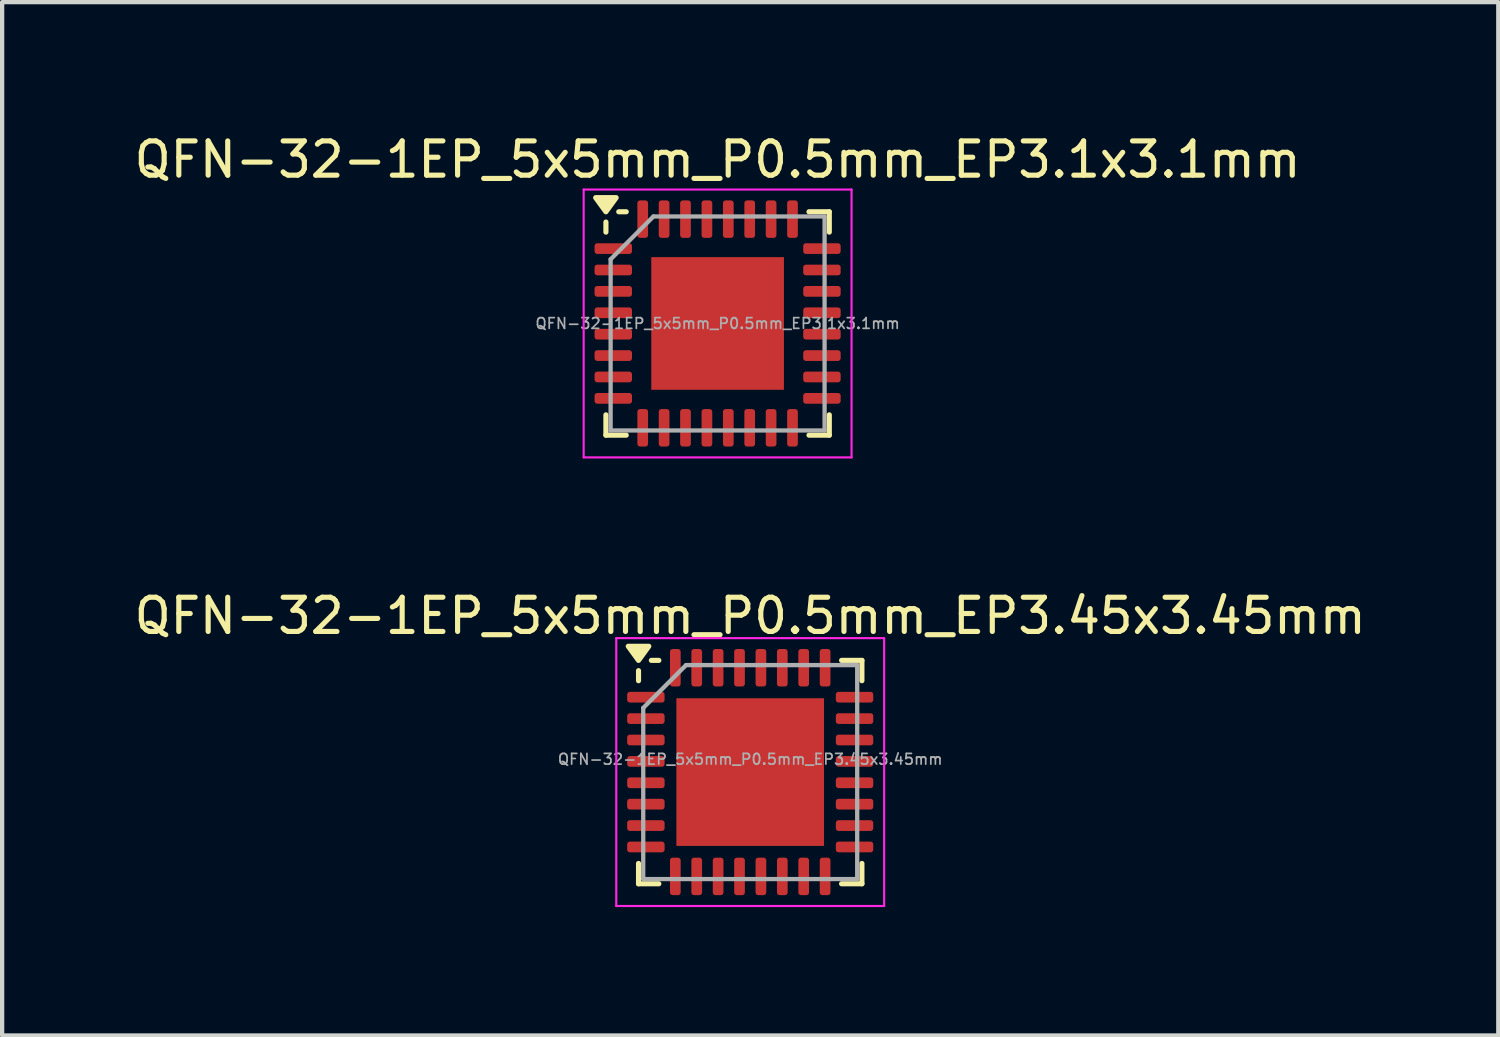
<source format=kicad_pcb>
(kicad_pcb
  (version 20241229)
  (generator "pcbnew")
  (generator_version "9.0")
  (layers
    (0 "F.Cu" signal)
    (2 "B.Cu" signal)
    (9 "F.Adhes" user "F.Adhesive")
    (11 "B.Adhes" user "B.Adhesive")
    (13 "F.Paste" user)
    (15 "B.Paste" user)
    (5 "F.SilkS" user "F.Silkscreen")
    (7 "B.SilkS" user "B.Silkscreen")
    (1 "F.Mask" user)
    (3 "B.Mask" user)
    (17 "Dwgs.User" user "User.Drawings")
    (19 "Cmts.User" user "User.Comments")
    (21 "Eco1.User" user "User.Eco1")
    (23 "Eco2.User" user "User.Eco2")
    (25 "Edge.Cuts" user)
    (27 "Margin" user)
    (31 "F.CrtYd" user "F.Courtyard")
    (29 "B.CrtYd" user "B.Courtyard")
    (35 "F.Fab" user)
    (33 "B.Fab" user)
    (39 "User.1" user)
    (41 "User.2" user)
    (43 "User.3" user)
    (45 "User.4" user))
  (footprint "QFN-32-1EP_5x5mm_P0.5mm_EP3.45x3.45mm"
    (layer "F.Cu")
    (at 14.481 14.992)
    (property "Reference" "QFN-32-1EP_5x5mm_P0.5mm_EP3.45x3.45mm" (at 0 -3.65 0) (layer "F.SilkS") (effects (font (size 0.8 0.8) (thickness 0.12))))
    (attr smd)
    (fp_line (start -2.61 -2.135) (end -2.61 -2.37) (stroke (width 0.12) (type solid)) (layer "F.SilkS"))
    (fp_line (start -2.61 2.61) (end -2.61 2.135) (stroke (width 0.12) (type solid)) (layer "F.SilkS"))
    (fp_line (start -2.135 -2.61) (end -2.31 -2.61) (stroke (width 0.12) (type solid)) (layer "F.SilkS"))
    (fp_line (start -2.135 2.61) (end -2.61 2.61) (stroke (width 0.12) (type solid)) (layer "F.SilkS"))
    (fp_line (start 2.135 -2.61) (end 2.61 -2.61) (stroke (width 0.12) (type solid)) (layer "F.SilkS"))
    (fp_line (start 2.135 2.61) (end 2.61 2.61) (stroke (width 0.12) (type solid)) (layer "F.SilkS"))
    (fp_line (start 2.61 -2.61) (end 2.61 -2.135) (stroke (width 0.12) (type solid)) (layer "F.SilkS"))
    (fp_line (start 2.61 2.61) (end 2.61 2.135) (stroke (width 0.12) (type solid)) (layer "F.SilkS"))
    (fp_poly (pts (xy -2.61 -2.61) (xy -2.85 -2.94) (xy -2.37 -2.94) (xy -2.61 -2.61)) (stroke (width 0.12) (type solid)) (fill yes) (layer "F.SilkS"))
    (fp_line (start -3.13 -3.13) (end -3.13 3.13) (stroke (width 0.05) (type solid)) (layer "F.CrtYd"))
    (fp_line (start -3.13 3.13) (end 3.13 3.13) (stroke (width 0.05) (type solid)) (layer "F.CrtYd"))
    (fp_line (start 3.13 -3.13) (end -3.13 -3.13) (stroke (width 0.05) (type solid)) (layer "F.CrtYd"))
    (fp_line (start 3.13 3.13) (end 3.13 -3.13) (stroke (width 0.05) (type solid)) (layer "F.CrtYd"))
    (fp_line (start -2.5 -1.5) (end -1.5 -2.5) (stroke (width 0.1) (type solid)) (layer "F.Fab"))
    (fp_line (start -2.5 2.5) (end -2.5 -1.5) (stroke (width 0.1) (type solid)) (layer "F.Fab"))
    (fp_line (start -1.5 -2.5) (end 2.5 -2.5) (stroke (width 0.1) (type solid)) (layer "F.Fab"))
    (fp_line (start 2.5 -2.5) (end 2.5 2.5) (stroke (width 0.1) (type solid)) (layer "F.Fab"))
    (fp_line (start 2.5 2.5) (end -2.5 2.5) (stroke (width 0.1) (type solid)) (layer "F.Fab"))
    (fp_text user "${REFERENCE}" (at 0 -0.3 0) (layer "F.Fab") (effects (font (size 0.25 0.25) (thickness 0.04))))
    (pad "" smd roundrect (at -1.15 -1.15) (size 0.93 0.93) (layers "F.Paste") (roundrect_rratio 0.25))
    (pad "" smd roundrect (at -1.15 0) (size 0.93 0.93) (layers "F.Paste") (roundrect_rratio 0.25))
    (pad "" smd roundrect (at -1.15 1.15) (size 0.93 0.93) (layers "F.Paste") (roundrect_rratio 0.25))
    (pad "" smd roundrect (at 0 -1.15) (size 0.93 0.93) (layers "F.Paste") (roundrect_rratio 0.25))
    (pad "" smd roundrect (at 0 0) (size 0.93 0.93) (layers "F.Paste") (roundrect_rratio 0.25))
    (pad "" smd roundrect (at 0 1.15) (size 0.93 0.93) (layers "F.Paste") (roundrect_rratio 0.25))
    (pad "" smd roundrect (at 1.15 -1.15) (size 0.93 0.93) (layers "F.Paste") (roundrect_rratio 0.25))
    (pad "" smd roundrect (at 1.15 0) (size 0.93 0.93) (layers "F.Paste") (roundrect_rratio 0.25))
    (pad "" smd roundrect (at 1.15 1.15) (size 0.93 0.93) (layers "F.Paste") (roundrect_rratio 0.25))
    (pad "1" smd roundrect (at -2.438 -1.75) (size 0.875 0.25) (layers "F.Cu" "F.Mask" "F.Paste") (roundrect_rratio 0.25))
    (pad "2" smd roundrect (at -2.438 -1.25) (size 0.875 0.25) (layers "F.Cu" "F.Mask" "F.Paste") (roundrect_rratio 0.25))
    (pad "3" smd roundrect (at -2.438 -0.75) (size 0.875 0.25) (layers "F.Cu" "F.Mask" "F.Paste") (roundrect_rratio 0.25))
    (pad "4" smd roundrect (at -2.438 -0.25) (size 0.875 0.25) (layers "F.Cu" "F.Mask" "F.Paste") (roundrect_rratio 0.25))
    (pad "5" smd roundrect (at -2.438 0.25) (size 0.875 0.25) (layers "F.Cu" "F.Mask" "F.Paste") (roundrect_rratio 0.25))
    (pad "6" smd roundrect (at -2.438 0.75) (size 0.875 0.25) (layers "F.Cu" "F.Mask" "F.Paste") (roundrect_rratio 0.25))
    (pad "7" smd roundrect (at -2.438 1.25) (size 0.875 0.25) (layers "F.Cu" "F.Mask" "F.Paste") (roundrect_rratio 0.25))
    (pad "8" smd roundrect (at -2.438 1.75) (size 0.875 0.25) (layers "F.Cu" "F.Mask" "F.Paste") (roundrect_rratio 0.25))
    (pad "9" smd roundrect (at -1.75 2.438) (size 0.25 0.875) (layers "F.Cu" "F.Mask" "F.Paste") (roundrect_rratio 0.25))
    (pad "10" smd roundrect (at -1.25 2.438) (size 0.25 0.875) (layers "F.Cu" "F.Mask" "F.Paste") (roundrect_rratio 0.25))
    (pad "11" smd roundrect (at -0.75 2.438) (size 0.25 0.875) (layers "F.Cu" "F.Mask" "F.Paste") (roundrect_rratio 0.25))
    (pad "12" smd roundrect (at -0.25 2.438) (size 0.25 0.875) (layers "F.Cu" "F.Mask" "F.Paste") (roundrect_rratio 0.25))
    (pad "13" smd roundrect (at 0.25 2.438) (size 0.25 0.875) (layers "F.Cu" "F.Mask" "F.Paste") (roundrect_rratio 0.25))
    (pad "14" smd roundrect (at 0.75 2.438) (size 0.25 0.875) (layers "F.Cu" "F.Mask" "F.Paste") (roundrect_rratio 0.25))
    (pad "15" smd roundrect (at 1.25 2.438) (size 0.25 0.875) (layers "F.Cu" "F.Mask" "F.Paste") (roundrect_rratio 0.25))
    (pad "16" smd roundrect (at 1.75 2.438) (size 0.25 0.875) (layers "F.Cu" "F.Mask" "F.Paste") (roundrect_rratio 0.25))
    (pad "17" smd roundrect (at 2.438 1.75) (size 0.875 0.25) (layers "F.Cu" "F.Mask" "F.Paste") (roundrect_rratio 0.25))
    (pad "18" smd roundrect (at 2.438 1.25) (size 0.875 0.25) (layers "F.Cu" "F.Mask" "F.Paste") (roundrect_rratio 0.25))
    (pad "19" smd roundrect (at 2.438 0.75) (size 0.875 0.25) (layers "F.Cu" "F.Mask" "F.Paste") (roundrect_rratio 0.25))
    (pad "20" smd roundrect (at 2.438 0.25) (size 0.875 0.25) (layers "F.Cu" "F.Mask" "F.Paste") (roundrect_rratio 0.25))
    (pad "21" smd roundrect (at 2.438 -0.25) (size 0.875 0.25) (layers "F.Cu" "F.Mask" "F.Paste") (roundrect_rratio 0.25))
    (pad "22" smd roundrect (at 2.438 -0.75) (size 0.875 0.25) (layers "F.Cu" "F.Mask" "F.Paste") (roundrect_rratio 0.25))
    (pad "23" smd roundrect (at 2.438 -1.25) (size 0.875 0.25) (layers "F.Cu" "F.Mask" "F.Paste") (roundrect_rratio 0.25))
    (pad "24" smd roundrect (at 2.438 -1.75) (size 0.875 0.25) (layers "F.Cu" "F.Mask" "F.Paste") (roundrect_rratio 0.25))
    (pad "25" smd roundrect (at 1.75 -2.438) (size 0.25 0.875) (layers "F.Cu" "F.Mask" "F.Paste") (roundrect_rratio 0.25))
    (pad "26" smd roundrect (at 1.25 -2.438) (size 0.25 0.875) (layers "F.Cu" "F.Mask" "F.Paste") (roundrect_rratio 0.25))
    (pad "27" smd roundrect (at 0.75 -2.438) (size 0.25 0.875) (layers "F.Cu" "F.Mask" "F.Paste") (roundrect_rratio 0.25))
    (pad "28" smd roundrect (at 0.25 -2.438) (size 0.25 0.875) (layers "F.Cu" "F.Mask" "F.Paste") (roundrect_rratio 0.25))
    (pad "29" smd roundrect (at -0.25 -2.438) (size 0.25 0.875) (layers "F.Cu" "F.Mask" "F.Paste") (roundrect_rratio 0.25))
    (pad "30" smd roundrect (at -0.75 -2.438) (size 0.25 0.875) (layers "F.Cu" "F.Mask" "F.Paste") (roundrect_rratio 0.25))
    (pad "31" smd roundrect (at -1.25 -2.438) (size 0.25 0.875) (layers "F.Cu" "F.Mask" "F.Paste") (roundrect_rratio 0.25))
    (pad "32" smd roundrect (at -1.75 -2.438) (size 0.25 0.875) (layers "F.Cu" "F.Mask" "F.Paste") (roundrect_rratio 0.25))
    (pad "33" smd rect (at 0 0) (size 3.45 3.45) (property pad_prop_heatsink) (layers "F.Cu" "F.Mask")))
  (footprint "QFN-32-1EP_5x5mm_P0.5mm_EP3.1x3.1mm"
    (layer "F.Cu")
    (at 13.719 4.509)
    (property "Reference" "QFN-32-1EP_5x5mm_P0.5mm_EP3.1x3.1mm" (at 0 -3.83 0) (layer "F.SilkS") (effects (font (size 0.8 0.8) (thickness 0.12))))
    (attr smd)
    (fp_line (start -2.61 -2.135) (end -2.61 -2.37) (stroke (width 0.12) (type solid)) (layer "F.SilkS"))
    (fp_line (start -2.61 2.61) (end -2.61 2.135) (stroke (width 0.12) (type solid)) (layer "F.SilkS"))
    (fp_line (start -2.135 -2.61) (end -2.31 -2.61) (stroke (width 0.12) (type solid)) (layer "F.SilkS"))
    (fp_line (start -2.135 2.61) (end -2.61 2.61) (stroke (width 0.12) (type solid)) (layer "F.SilkS"))
    (fp_line (start 2.135 -2.61) (end 2.61 -2.61) (stroke (width 0.12) (type solid)) (layer "F.SilkS"))
    (fp_line (start 2.135 2.61) (end 2.61 2.61) (stroke (width 0.12) (type solid)) (layer "F.SilkS"))
    (fp_line (start 2.61 -2.61) (end 2.61 -2.135) (stroke (width 0.12) (type solid)) (layer "F.SilkS"))
    (fp_line (start 2.61 2.61) (end 2.61 2.135) (stroke (width 0.12) (type solid)) (layer "F.SilkS"))
    (fp_poly (pts (xy -2.61 -2.61) (xy -2.85 -2.94) (xy -2.37 -2.94) (xy -2.61 -2.61)) (stroke (width 0.12) (type solid)) (fill yes) (layer "F.SilkS"))
    (fp_line (start -3.13 -3.13) (end -3.13 3.13) (stroke (width 0.05) (type solid)) (layer "F.CrtYd"))
    (fp_line (start -3.13 3.13) (end 3.13 3.13) (stroke (width 0.05) (type solid)) (layer "F.CrtYd"))
    (fp_line (start 3.13 -3.13) (end -3.13 -3.13) (stroke (width 0.05) (type solid)) (layer "F.CrtYd"))
    (fp_line (start 3.13 3.13) (end 3.13 -3.13) (stroke (width 0.05) (type solid)) (layer "F.CrtYd"))
    (fp_line (start -2.5 -1.5) (end -1.5 -2.5) (stroke (width 0.1) (type solid)) (layer "F.Fab"))
    (fp_line (start -2.5 2.5) (end -2.5 -1.5) (stroke (width 0.1) (type solid)) (layer "F.Fab"))
    (fp_line (start -1.5 -2.5) (end 2.5 -2.5) (stroke (width 0.1) (type solid)) (layer "F.Fab"))
    (fp_line (start 2.5 -2.5) (end 2.5 2.5) (stroke (width 0.1) (type solid)) (layer "F.Fab"))
    (fp_line (start 2.5 2.5) (end -2.5 2.5) (stroke (width 0.1) (type solid)) (layer "F.Fab"))
    (fp_text user "${REFERENCE}" (at 0 0 0) (layer "F.Fab") (effects (font (size 0.25 0.25) (thickness 0.04))))
    (pad "" smd roundrect (at -1.03 -1.03) (size 0.83 0.83) (layers "F.Paste") (roundrect_rratio 0.25))
    (pad "" smd roundrect (at -1.03 0) (size 0.83 0.83) (layers "F.Paste") (roundrect_rratio 0.25))
    (pad "" smd roundrect (at -1.03 1.03) (size 0.83 0.83) (layers "F.Paste") (roundrect_rratio 0.25))
    (pad "" smd roundrect (at 0 -1.03) (size 0.83 0.83) (layers "F.Paste") (roundrect_rratio 0.25))
    (pad "" smd roundrect (at 0 0) (size 0.83 0.83) (layers "F.Paste") (roundrect_rratio 0.25))
    (pad "" smd roundrect (at 0 1.03) (size 0.83 0.83) (layers "F.Paste") (roundrect_rratio 0.25))
    (pad "" smd roundrect (at 1.03 -1.03) (size 0.83 0.83) (layers "F.Paste") (roundrect_rratio 0.25))
    (pad "" smd roundrect (at 1.03 0) (size 0.83 0.83) (layers "F.Paste") (roundrect_rratio 0.25))
    (pad "" smd roundrect (at 1.03 1.03) (size 0.83 0.83) (layers "F.Paste") (roundrect_rratio 0.25))
    (pad "1" smd roundrect (at -2.438 -1.75) (size 0.875 0.25) (layers "F.Cu" "F.Mask" "F.Paste") (roundrect_rratio 0.25))
    (pad "2" smd roundrect (at -2.438 -1.25) (size 0.875 0.25) (layers "F.Cu" "F.Mask" "F.Paste") (roundrect_rratio 0.25))
    (pad "3" smd roundrect (at -2.438 -0.75) (size 0.875 0.25) (layers "F.Cu" "F.Mask" "F.Paste") (roundrect_rratio 0.25))
    (pad "4" smd roundrect (at -2.438 -0.25) (size 0.875 0.25) (layers "F.Cu" "F.Mask" "F.Paste") (roundrect_rratio 0.25))
    (pad "5" smd roundrect (at -2.438 0.25) (size 0.875 0.25) (layers "F.Cu" "F.Mask" "F.Paste") (roundrect_rratio 0.25))
    (pad "6" smd roundrect (at -2.438 0.75) (size 0.875 0.25) (layers "F.Cu" "F.Mask" "F.Paste") (roundrect_rratio 0.25))
    (pad "7" smd roundrect (at -2.438 1.25) (size 0.875 0.25) (layers "F.Cu" "F.Mask" "F.Paste") (roundrect_rratio 0.25))
    (pad "8" smd roundrect (at -2.438 1.75) (size 0.875 0.25) (layers "F.Cu" "F.Mask" "F.Paste") (roundrect_rratio 0.25))
    (pad "9" smd roundrect (at -1.75 2.438) (size 0.25 0.875) (layers "F.Cu" "F.Mask" "F.Paste") (roundrect_rratio 0.25))
    (pad "10" smd roundrect (at -1.25 2.438) (size 0.25 0.875) (layers "F.Cu" "F.Mask" "F.Paste") (roundrect_rratio 0.25))
    (pad "11" smd roundrect (at -0.75 2.438) (size 0.25 0.875) (layers "F.Cu" "F.Mask" "F.Paste") (roundrect_rratio 0.25))
    (pad "12" smd roundrect (at -0.25 2.438) (size 0.25 0.875) (layers "F.Cu" "F.Mask" "F.Paste") (roundrect_rratio 0.25))
    (pad "13" smd roundrect (at 0.25 2.438) (size 0.25 0.875) (layers "F.Cu" "F.Mask" "F.Paste") (roundrect_rratio 0.25))
    (pad "14" smd roundrect (at 0.75 2.438) (size 0.25 0.875) (layers "F.Cu" "F.Mask" "F.Paste") (roundrect_rratio 0.25))
    (pad "15" smd roundrect (at 1.25 2.438) (size 0.25 0.875) (layers "F.Cu" "F.Mask" "F.Paste") (roundrect_rratio 0.25))
    (pad "16" smd roundrect (at 1.75 2.438) (size 0.25 0.875) (layers "F.Cu" "F.Mask" "F.Paste") (roundrect_rratio 0.25))
    (pad "17" smd roundrect (at 2.438 1.75) (size 0.875 0.25) (layers "F.Cu" "F.Mask" "F.Paste") (roundrect_rratio 0.25))
    (pad "18" smd roundrect (at 2.438 1.25) (size 0.875 0.25) (layers "F.Cu" "F.Mask" "F.Paste") (roundrect_rratio 0.25))
    (pad "19" smd roundrect (at 2.438 0.75) (size 0.875 0.25) (layers "F.Cu" "F.Mask" "F.Paste") (roundrect_rratio 0.25))
    (pad "20" smd roundrect (at 2.438 0.25) (size 0.875 0.25) (layers "F.Cu" "F.Mask" "F.Paste") (roundrect_rratio 0.25))
    (pad "21" smd roundrect (at 2.438 -0.25) (size 0.875 0.25) (layers "F.Cu" "F.Mask" "F.Paste") (roundrect_rratio 0.25))
    (pad "22" smd roundrect (at 2.438 -0.75) (size 0.875 0.25) (layers "F.Cu" "F.Mask" "F.Paste") (roundrect_rratio 0.25))
    (pad "23" smd roundrect (at 2.438 -1.25) (size 0.875 0.25) (layers "F.Cu" "F.Mask" "F.Paste") (roundrect_rratio 0.25))
    (pad "24" smd roundrect (at 2.438 -1.75) (size 0.875 0.25) (layers "F.Cu" "F.Mask" "F.Paste") (roundrect_rratio 0.25))
    (pad "25" smd roundrect (at 1.75 -2.438) (size 0.25 0.875) (layers "F.Cu" "F.Mask" "F.Paste") (roundrect_rratio 0.25))
    (pad "26" smd roundrect (at 1.25 -2.438) (size 0.25 0.875) (layers "F.Cu" "F.Mask" "F.Paste") (roundrect_rratio 0.25))
    (pad "27" smd roundrect (at 0.75 -2.438) (size 0.25 0.875) (layers "F.Cu" "F.Mask" "F.Paste") (roundrect_rratio 0.25))
    (pad "28" smd roundrect (at 0.25 -2.438) (size 0.25 0.875) (layers "F.Cu" "F.Mask" "F.Paste") (roundrect_rratio 0.25))
    (pad "29" smd roundrect (at -0.25 -2.438) (size 0.25 0.875) (layers "F.Cu" "F.Mask" "F.Paste") (roundrect_rratio 0.25))
    (pad "30" smd roundrect (at -0.75 -2.438) (size 0.25 0.875) (layers "F.Cu" "F.Mask" "F.Paste") (roundrect_rratio 0.25))
    (pad "31" smd roundrect (at -1.25 -2.438) (size 0.25 0.875) (layers "F.Cu" "F.Mask" "F.Paste") (roundrect_rratio 0.25))
    (pad "32" smd roundrect (at -1.75 -2.438) (size 0.25 0.875) (layers "F.Cu" "F.Mask" "F.Paste") (roundrect_rratio 0.25))
    (pad "33" smd rect (at 0 0) (size 3.1 3.1) (property pad_prop_heatsink) (layers "F.Cu" "F.Mask")))
  (gr_rect
    (start -3 -3)
    (end 31.962 21.147)
    (stroke (width 0.1) (type default))
    (fill no)
    (layer "Edge.Cuts")))
</source>
